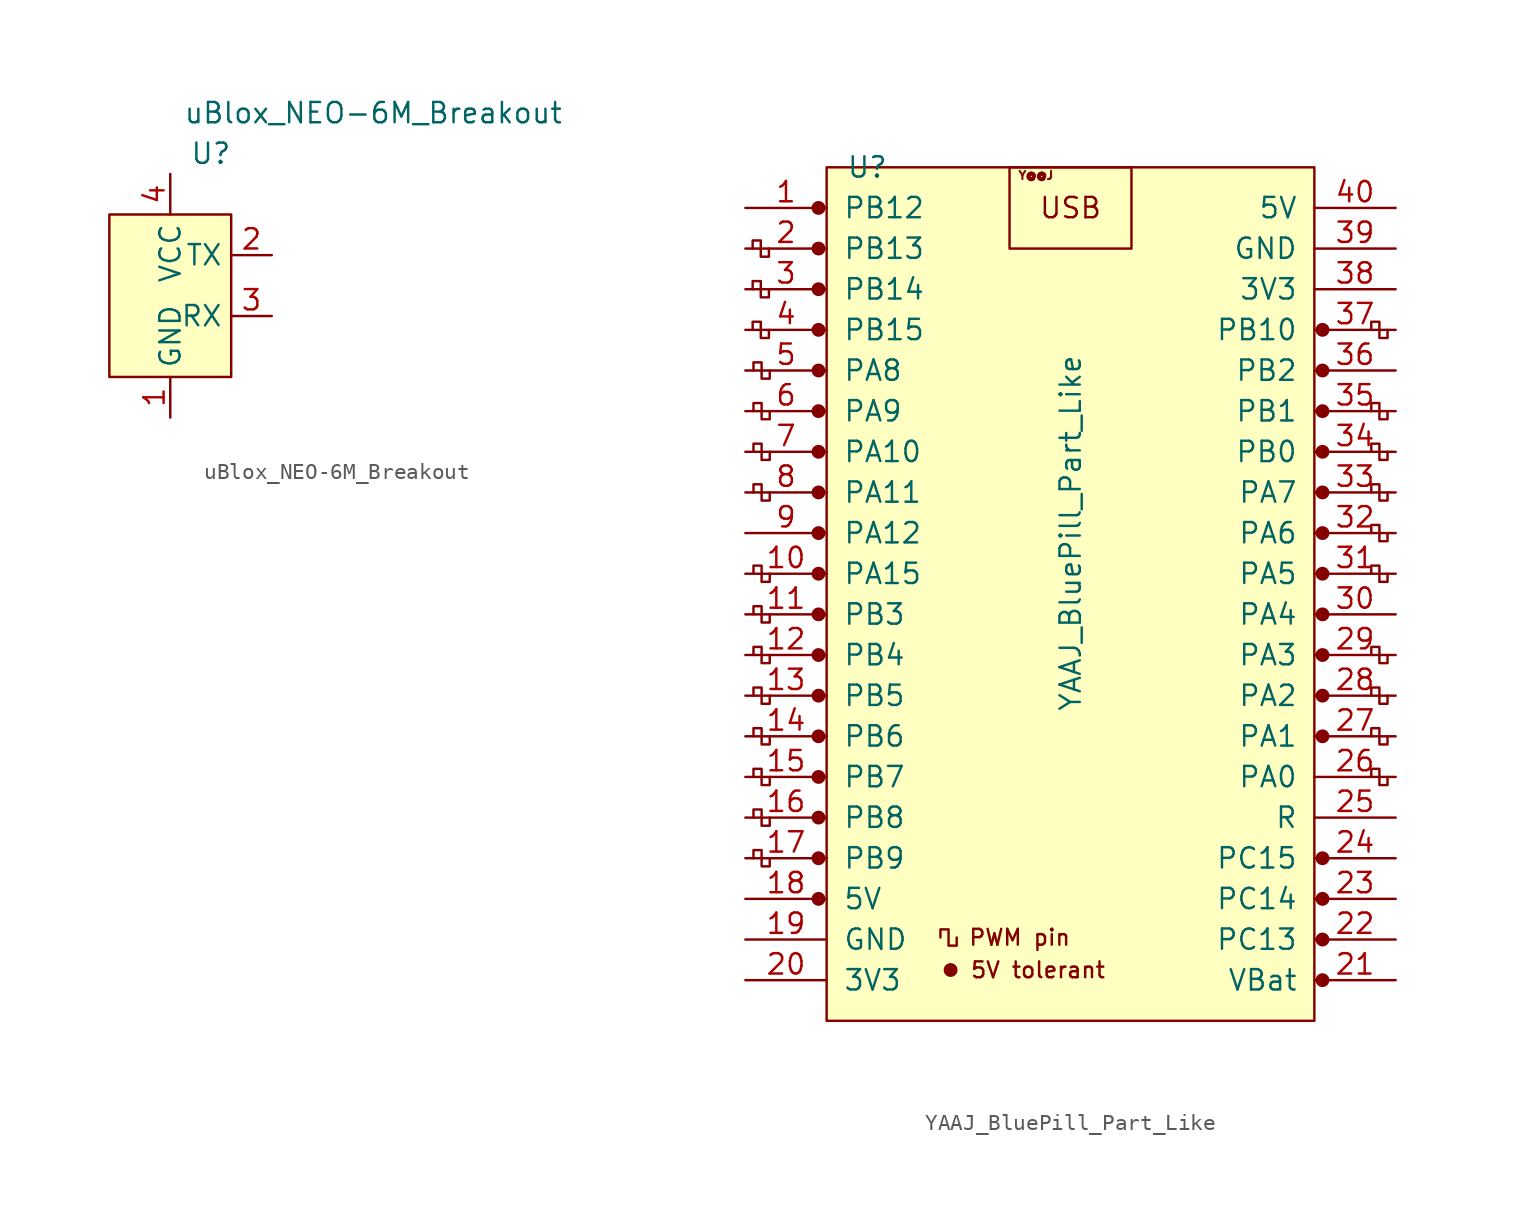
<source format=kicad_sym>
(kicad_symbol_lib
  (version 20211014)
  (generator kicad_symbol_editor)
  (symbol "uBlox_NEO-6M_Breakout"
    (property "Reference" "U"
      (at 2.54 8.89 0)
      (effects (font (size 1.27 1.27))))
    (property "Value" "uBlox_NEO-6M_Breakout"
      (at 12.7 11.43 0)
      (effects (font (size 1.27 1.27))))
    (symbol "uBlox_NEO-6M_Breakout_0_1"
      (rectangle (start -3.81 5.08) (end 3.81 -5.08) (stroke (width 0) (type default) (color 0 0 0 0)) (fill (type background))))
    (symbol "uBlox_NEO-6M_Breakout_1_1"
      (pin power_in line (at 0 -7.62 90) (length 2.54) (name "GND" (effects (font (size 1.27 1.27)))) (number "1" (effects (font (size 1.27 1.27)))))
      (pin output line (at 6.35 2.54 180) (length 2.54) (name "TX" (effects (font (size 1.27 1.27)))) (number "2" (effects (font (size 1.27 1.27)))))
      (pin input line (at 6.35 -1.27 180) (length 2.54) (name "RX" (effects (font (size 1.27 1.27)))) (number "3" (effects (font (size 1.27 1.27)))))
      (pin power_in line (at 0 7.62 270) (length 2.54) (name "VCC" (effects (font (size 1.27 1.27)))) (number "4" (effects (font (size 1.27 1.27)))))))
  (symbol "YAAJ_BluePill_Part_Like"
    (pin_names
      (offset 1.016))
    (property "Reference" "U"
      (at -12.7 25.4 0)
      (effects (font (size 1.27 1.27))))
    (property "Value" "YAAJ_BluePill_Part_Like"
      (at 0 2.54 90)
      (effects (font (size 1.27 1.27))))
    (symbol "YAAJ_BluePill_Part_Like_0_0"
      (circle (center -15.748 -20.32) (radius 0.356) (stroke (width 0) (type default) (color 0 0 0 0)) (fill (type outline)))
      (circle (center -15.748 -17.78) (radius 0.356) (stroke (width 0) (type default) (color 0 0 0 0)) (fill (type outline)))
      (circle (center -15.748 -15.24) (radius 0.356) (stroke (width 0) (type default) (color 0 0 0 0)) (fill (type outline)))
      (circle (center -15.748 -12.7) (radius 0.356) (stroke (width 0) (type default) (color 0 0 0 0)) (fill (type outline)))
      (circle (center -15.748 -10.16) (radius 0.356) (stroke (width 0) (type default) (color 0 0 0 0)) (fill (type outline)))
      (circle (center -15.748 -7.62) (radius 0.356) (stroke (width 0) (type default) (color 0 0 0 0)) (fill (type outline)))
      (circle (center -15.748 -5.08) (radius 0.356) (stroke (width 0) (type default) (color 0 0 0 0)) (fill (type outline)))
      (circle (center -15.748 -2.54) (radius 0.356) (stroke (width 0) (type default) (color 0 0 0 0)) (fill (type outline)))
      (circle (center -15.748 0) (radius 0.356) (stroke (width 0) (type default) (color 0 0 0 0)) (fill (type outline)))
      (circle (center -15.748 2.54) (radius 0.356) (stroke (width 0) (type default) (color 0 0 0 0)) (fill (type outline)))
      (circle (center -15.748 5.08) (radius 0.356) (stroke (width 0) (type default) (color 0 0 0 0)) (fill (type outline)))
      (circle (center -15.748 7.62) (radius 0.356) (stroke (width 0) (type default) (color 0 0 0 0)) (fill (type outline)))
      (circle (center -15.748 10.16) (radius 0.356) (stroke (width 0) (type default) (color 0 0 0 0)) (fill (type outline)))
      (circle (center -15.748 12.7) (radius 0.356) (stroke (width 0) (type default) (color 0 0 0 0)) (fill (type outline)))
      (circle (center -15.748 15.24) (radius 0.356) (stroke (width 0) (type default) (color 0 0 0 0)) (fill (type outline)))
      (circle (center -15.748 17.78) (radius 0.356) (stroke (width 0) (type default) (color 0 0 0 0)) (fill (type outline)))
      (circle (center -15.748 22.86) (radius 0.356) (stroke (width 0) (type default) (color 0 0 0 0)) (fill (type outline)))
      (circle (center -7.493 -24.765) (radius 0.127) (stroke (width 0) (type default) (color 0 0 0 0)) (fill (type outline)))
      (circle (center -7.493 -24.765) (radius 0.254) (stroke (width 0) (type default) (color 0 0 0 0)) (fill (type none)))
      (circle (center -7.493 -24.765) (radius 0.356) (stroke (width 0) (type default) (color 0 0 0 0)) (fill (type none)))
      (circle (center 15.748 -25.4) (radius 0.254) (stroke (width 0) (type default) (color 0 0 0 0)) (fill (type outline)))
      (circle (center 15.748 -25.4) (radius 0.356) (stroke (width 0) (type default) (color 0 0 0 0)) (fill (type none)))
      (circle (center 15.748 -22.86) (radius 0.254) (stroke (width 0) (type default) (color 0 0 0 0)) (fill (type outline)))
      (circle (center 15.748 -22.86) (radius 0.356) (stroke (width 0) (type default) (color 0 0 0 0)) (fill (type none)))
      (circle (center 15.748 -20.32) (radius 0.254) (stroke (width 0) (type default) (color 0 0 0 0)) (fill (type outline)))
      (circle (center 15.748 -20.32) (radius 0.356) (stroke (width 0) (type default) (color 0 0 0 0)) (fill (type none)))
      (circle (center 15.748 -17.78) (radius 0.254) (stroke (width 0) (type default) (color 0 0 0 0)) (fill (type outline)))
      (circle (center 15.748 -17.78) (radius 0.356) (stroke (width 0) (type default) (color 0 0 0 0)) (fill (type none)))
      (circle (center 15.748 -10.16) (radius 0.254) (stroke (width 0) (type default) (color 0 0 0 0)) (fill (type outline)))
      (circle (center 15.748 -10.16) (radius 0.356) (stroke (width 0) (type default) (color 0 0 0 0)) (fill (type none)))
      (circle (center 15.748 -7.62) (radius 0.254) (stroke (width 0) (type default) (color 0 0 0 0)) (fill (type outline)))
      (circle (center 15.748 -7.62) (radius 0.356) (stroke (width 0) (type default) (color 0 0 0 0)) (fill (type none)))
      (circle (center 15.748 -5.08) (radius 0.254) (stroke (width 0) (type default) (color 0 0 0 0)) (fill (type outline)))
      (circle (center 15.748 -5.08) (radius 0.356) (stroke (width 0) (type default) (color 0 0 0 0)) (fill (type none)))
      (circle (center 15.748 -2.54) (radius 0.254) (stroke (width 0) (type default) (color 0 0 0 0)) (fill (type outline)))
      (circle (center 15.748 -2.54) (radius 0.356) (stroke (width 0) (type default) (color 0 0 0 0)) (fill (type none)))
      (circle (center 15.748 0) (radius 0.254) (stroke (width 0) (type default) (color 0 0 0 0)) (fill (type outline)))
      (circle (center 15.748 0) (radius 0.356) (stroke (width 0) (type default) (color 0 0 0 0)) (fill (type none)))
      (circle (center 15.748 2.54) (radius 0.254) (stroke (width 0) (type default) (color 0 0 0 0)) (fill (type outline)))
      (circle (center 15.748 2.54) (radius 0.356) (stroke (width 0) (type default) (color 0 0 0 0)) (fill (type none)))
      (circle (center 15.748 5.08) (radius 0.254) (stroke (width 0) (type default) (color 0 0 0 0)) (fill (type outline)))
      (circle (center 15.748 5.08) (radius 0.356) (stroke (width 0) (type default) (color 0 0 0 0)) (fill (type none)))
      (circle (center 15.748 7.62) (radius 0.254) (stroke (width 0) (type default) (color 0 0 0 0)) (fill (type outline)))
      (circle (center 15.748 7.62) (radius 0.356) (stroke (width 0) (type default) (color 0 0 0 0)) (fill (type none)))
      (circle (center 15.748 10.16) (radius 0.254) (stroke (width 0) (type default) (color 0 0 0 0)) (fill (type outline)))
      (circle (center 15.748 10.16) (radius 0.356) (stroke (width 0) (type default) (color 0 0 0 0)) (fill (type none)))
      (circle (center 15.748 12.7) (radius 0.254) (stroke (width 0) (type default) (color 0 0 0 0)) (fill (type outline)))
      (circle (center 15.748 12.7) (radius 0.356) (stroke (width 0) (type default) (color 0 0 0 0)) (fill (type none)))
      (circle (center 15.748 15.24) (radius 0.254) (stroke (width 0) (type default) (color 0 0 0 0)) (fill (type outline)))
      (circle (center 15.748 15.24) (radius 0.356) (stroke (width 0) (type default) (color 0 0 0 0)) (fill (type none)))
      (text "5V tolerant" (at -2.032 -24.765 0) (effects (font (size 0.991 0.991))))
      (text "PWM pin" (at -3.175 -22.733 0) (effects (font (size 0.991 0.991))))
      (text "USB" (at 0 22.86 0) (effects (font (size 1.27 1.27))))
      (text "Y@@J" (at -2.159 24.892 0) (effects (font (size 0.508 0.508)))))
    (symbol "YAAJ_BluePill_Part_Like_0_1"
      (rectangle (start -15.24 25.4) (end 15.24 -27.94) (stroke (width 0) (type default) (color 0 0 0 0)) (fill (type background)))
      (polyline (pts (xy -18.847 15.24) (xy -18.847 14.732) (xy -19.355 14.732) (xy -19.355 15.748) (xy -19.863 15.748) (xy -19.863 15.24)) (stroke (width 0) (type default) (color 0 0 0 0)) (fill (type none)))
      (polyline (pts (xy -18.847 17.78) (xy -18.847 17.272) (xy -19.355 17.272) (xy -19.355 18.288) (xy -19.863 18.288) (xy -19.863 17.78)) (stroke (width 0) (type default) (color 0 0 0 0)) (fill (type none)))
      (polyline (pts (xy -18.847 20.32) (xy -18.847 19.812) (xy -19.355 19.812) (xy -19.355 20.828) (xy -19.863 20.828) (xy -19.863 20.32)) (stroke (width 0) (type default) (color 0 0 0 0)) (fill (type none)))
      (polyline (pts (xy -18.796 -17.78) (xy -18.796 -18.288) (xy -19.304 -18.288) (xy -19.304 -17.272) (xy -19.812 -17.272) (xy -19.812 -17.78)) (stroke (width 0) (type default) (color 0 0 0 0)) (fill (type none)))
      (polyline (pts (xy -18.796 -15.24) (xy -18.796 -15.748) (xy -19.304 -15.748) (xy -19.304 -14.732) (xy -19.812 -14.732) (xy -19.812 -15.24)) (stroke (width 0) (type default) (color 0 0 0 0)) (fill (type none)))
      (polyline (pts (xy -18.796 -12.7) (xy -18.796 -13.208) (xy -19.304 -13.208) (xy -19.304 -12.192) (xy -19.812 -12.192) (xy -19.812 -12.7)) (stroke (width 0) (type default) (color 0 0 0 0)) (fill (type none)))
      (polyline (pts (xy -18.796 -10.16) (xy -18.796 -10.668) (xy -19.304 -10.668) (xy -19.304 -9.652) (xy -19.812 -9.652) (xy -19.812 -10.16)) (stroke (width 0) (type default) (color 0 0 0 0)) (fill (type none)))
      (polyline (pts (xy -18.796 -7.62) (xy -18.796 -8.128) (xy -19.304 -8.128) (xy -19.304 -7.112) (xy -19.812 -7.112) (xy -19.812 -7.62)) (stroke (width 0) (type default) (color 0 0 0 0)) (fill (type none)))
      (polyline (pts (xy -18.796 -5.08) (xy -18.796 -5.588) (xy -19.304 -5.588) (xy -19.304 -4.572) (xy -19.812 -4.572) (xy -19.812 -5.08)) (stroke (width 0) (type default) (color 0 0 0 0)) (fill (type none)))
      (polyline (pts (xy -18.796 -2.54) (xy -18.796 -3.048) (xy -19.304 -3.048) (xy -19.304 -2.032) (xy -19.812 -2.032) (xy -19.812 -2.54)) (stroke (width 0) (type default) (color 0 0 0 0)) (fill (type none)))
      (polyline (pts (xy -18.796 0) (xy -18.796 -0.508) (xy -19.304 -0.508) (xy -19.304 0.508) (xy -19.812 0.508) (xy -19.812 0)) (stroke (width 0) (type default) (color 0 0 0 0)) (fill (type none)))
      (polyline (pts (xy -18.796 5.08) (xy -18.796 4.572) (xy -19.304 4.572) (xy -19.304 5.588) (xy -19.812 5.588) (xy -19.812 5.08)) (stroke (width 0) (type default) (color 0 0 0 0)) (fill (type none)))
      (polyline (pts (xy -18.796 7.62) (xy -18.796 7.112) (xy -19.304 7.112) (xy -19.304 8.128) (xy -19.812 8.128) (xy -19.812 7.62)) (stroke (width 0) (type default) (color 0 0 0 0)) (fill (type none)))
      (polyline (pts (xy -18.796 10.16) (xy -18.796 9.652) (xy -19.304 9.652) (xy -19.304 10.668) (xy -19.812 10.668) (xy -19.812 10.16)) (stroke (width 0) (type default) (color 0 0 0 0)) (fill (type none)))
      (polyline (pts (xy -18.796 12.7) (xy -18.796 12.192) (xy -19.304 12.192) (xy -19.304 13.208) (xy -19.812 13.208) (xy -19.812 12.7)) (stroke (width 0) (type default) (color 0 0 0 0)) (fill (type none)))
      (polyline (pts (xy -7.112 -22.733) (xy -7.112 -23.241) (xy -7.62 -23.241) (xy -7.62 -22.225) (xy -8.128 -22.225) (xy -8.128 -22.733)) (stroke (width 0) (type default) (color 0 0 0 0)) (fill (type none)))
      (polyline (pts (xy 19.812 -12.7) (xy 19.812 -13.208) (xy 19.304 -13.208) (xy 19.304 -12.192) (xy 18.796 -12.192) (xy 18.796 -12.7)) (stroke (width 0) (type default) (color 0 0 0 0)) (fill (type none)))
      (polyline (pts (xy 19.812 -10.16) (xy 19.812 -10.668) (xy 19.304 -10.668) (xy 19.304 -9.652) (xy 18.796 -9.652) (xy 18.796 -10.16)) (stroke (width 0) (type default) (color 0 0 0 0)) (fill (type none)))
      (polyline (pts (xy 19.812 -7.62) (xy 19.812 -8.128) (xy 19.304 -8.128) (xy 19.304 -7.112) (xy 18.796 -7.112) (xy 18.796 -7.62)) (stroke (width 0) (type default) (color 0 0 0 0)) (fill (type none)))
      (polyline (pts (xy 19.812 -5.08) (xy 19.812 -5.588) (xy 19.304 -5.588) (xy 19.304 -4.572) (xy 18.796 -4.572) (xy 18.796 -5.08)) (stroke (width 0) (type default) (color 0 0 0 0)) (fill (type none)))
      (polyline (pts (xy 19.812 0) (xy 19.812 -0.508) (xy 19.304 -0.508) (xy 19.304 0.508) (xy 18.796 0.508) (xy 18.796 0)) (stroke (width 0) (type default) (color 0 0 0 0)) (fill (type none)))
      (polyline (pts (xy 19.812 2.54) (xy 19.812 2.032) (xy 19.304 2.032) (xy 19.304 3.048) (xy 18.796 3.048) (xy 18.796 2.54)) (stroke (width 0) (type default) (color 0 0 0 0)) (fill (type none)))
      (polyline (pts (xy 19.812 5.08) (xy 19.812 4.572) (xy 19.304 4.572) (xy 19.304 5.588) (xy 18.796 5.588) (xy 18.796 5.08)) (stroke (width 0) (type default) (color 0 0 0 0)) (fill (type none)))
      (polyline (pts (xy 19.812 7.62) (xy 19.812 7.112) (xy 19.304 7.112) (xy 19.304 8.128) (xy 18.796 8.128) (xy 18.796 7.62)) (stroke (width 0) (type default) (color 0 0 0 0)) (fill (type none)))
      (polyline (pts (xy 19.812 10.16) (xy 19.812 9.652) (xy 19.304 9.652) (xy 19.304 10.668) (xy 18.796 10.668) (xy 18.796 10.16)) (stroke (width 0) (type default) (color 0 0 0 0)) (fill (type none)))
      (polyline (pts (xy 19.812 15.24) (xy 19.812 14.732) (xy 19.304 14.732) (xy 19.304 15.748) (xy 18.796 15.748) (xy 18.796 15.24)) (stroke (width 0) (type default) (color 0 0 0 0)) (fill (type none)))
      (rectangle (start 3.81 25.4) (end -3.81 20.32) (stroke (width 0) (type default) (color 0 0 0 0)) (fill (type none))))
    (symbol "YAAJ_BluePill_Part_Like_1_1"
      (circle (center -15.748 20.32) (radius 0.356) (stroke (width 0) (type default) (color 0 0 0 0)) (fill (type outline)))
      (pin bidirectional line (at -20.32 22.86 0) (length 5.08) (name "PB12" (effects (font (size 1.27 1.27)))) (number "1" (effects (font (size 1.27 1.27)))))
      (pin bidirectional line (at -20.32 0 0) (length 5.08) (name "PA15" (effects (font (size 1.27 1.27)))) (number "10" (effects (font (size 1.27 1.27)))))
      (pin bidirectional line (at -20.32 -2.54 0) (length 5.08) (name "PB3" (effects (font (size 1.27 1.27)))) (number "11" (effects (font (size 1.27 1.27)))))
      (pin bidirectional line (at -20.32 -5.08 0) (length 5.08) (name "PB4" (effects (font (size 1.27 1.27)))) (number "12" (effects (font (size 1.27 1.27)))))
      (pin bidirectional line (at -20.32 -7.62 0) (length 5.08) (name "PB5" (effects (font (size 1.27 1.27)))) (number "13" (effects (font (size 1.27 1.27)))))
      (pin bidirectional line (at -20.32 -10.16 0) (length 5.08) (name "PB6" (effects (font (size 1.27 1.27)))) (number "14" (effects (font (size 1.27 1.27)))))
      (pin bidirectional line (at -20.32 -12.7 0) (length 5.08) (name "PB7" (effects (font (size 1.27 1.27)))) (number "15" (effects (font (size 1.27 1.27)))))
      (pin bidirectional line (at -20.32 -15.24 0) (length 5.08) (name "PB8" (effects (font (size 1.27 1.27)))) (number "16" (effects (font (size 1.27 1.27)))))
      (pin bidirectional line (at -20.32 -17.78 0) (length 5.08) (name "PB9" (effects (font (size 1.27 1.27)))) (number "17" (effects (font (size 1.27 1.27)))))
      (pin power_in line (at -20.32 -20.32 0) (length 5.08) (name "5V" (effects (font (size 1.27 1.27)))) (number "18" (effects (font (size 1.27 1.27)))))
      (pin power_in line (at -20.32 -22.86 0) (length 5.08) (name "GND" (effects (font (size 1.27 1.27)))) (number "19" (effects (font (size 1.27 1.27)))))
      (pin bidirectional line (at -20.32 20.32 0) (length 5.08) (name "PB13" (effects (font (size 1.27 1.27)))) (number "2" (effects (font (size 1.27 1.27)))))
      (pin power_in line (at -20.32 -25.4 0) (length 5.08) (name "3V3" (effects (font (size 1.27 1.27)))) (number "20" (effects (font (size 1.27 1.27)))))
      (pin power_in line (at 20.32 -25.4 180) (length 5.08) (name "VBat" (effects (font (size 1.27 1.27)))) (number "21" (effects (font (size 1.27 1.27)))))
      (pin bidirectional line (at 20.32 -22.86 180) (length 5.08) (name "PC13" (effects (font (size 1.27 1.27)))) (number "22" (effects (font (size 1.27 1.27)))))
      (pin bidirectional line (at 20.32 -20.32 180) (length 5.08) (name "PC14" (effects (font (size 1.27 1.27)))) (number "23" (effects (font (size 1.27 1.27)))))
      (pin bidirectional line (at 20.32 -17.78 180) (length 5.08) (name "PC15" (effects (font (size 1.27 1.27)))) (number "24" (effects (font (size 1.27 1.27)))))
      (pin bidirectional line (at 20.32 -15.24 180) (length 5.08) (name "R" (effects (font (size 1.27 1.27)))) (number "25" (effects (font (size 1.27 1.27)))))
      (pin bidirectional line (at 20.32 -12.7 180) (length 5.08) (name "PA0" (effects (font (size 1.27 1.27)))) (number "26" (effects (font (size 1.27 1.27)))))
      (pin bidirectional line (at 20.32 -10.16 180) (length 5.08) (name "PA1" (effects (font (size 1.27 1.27)))) (number "27" (effects (font (size 1.27 1.27)))))
      (pin bidirectional line (at 20.32 -7.62 180) (length 5.08) (name "PA2" (effects (font (size 1.27 1.27)))) (number "28" (effects (font (size 1.27 1.27)))))
      (pin bidirectional line (at 20.32 -5.08 180) (length 5.08) (name "PA3" (effects (font (size 1.27 1.27)))) (number "29" (effects (font (size 1.27 1.27)))))
      (pin bidirectional line (at -20.32 17.78 0) (length 5.08) (name "PB14" (effects (font (size 1.27 1.27)))) (number "3" (effects (font (size 1.27 1.27)))))
      (pin bidirectional line (at 20.32 -2.54 180) (length 5.08) (name "PA4" (effects (font (size 1.27 1.27)))) (number "30" (effects (font (size 1.27 1.27)))))
      (pin bidirectional line (at 20.32 0 180) (length 5.08) (name "PA5" (effects (font (size 1.27 1.27)))) (number "31" (effects (font (size 1.27 1.27)))))
      (pin bidirectional line (at 20.32 2.54 180) (length 5.08) (name "PA6" (effects (font (size 1.27 1.27)))) (number "32" (effects (font (size 1.27 1.27)))))
      (pin bidirectional line (at 20.32 5.08 180) (length 5.08) (name "PA7" (effects (font (size 1.27 1.27)))) (number "33" (effects (font (size 1.27 1.27)))))
      (pin bidirectional line (at 20.32 7.62 180) (length 5.08) (name "PB0" (effects (font (size 1.27 1.27)))) (number "34" (effects (font (size 1.27 1.27)))))
      (pin bidirectional line (at 20.32 10.16 180) (length 5.08) (name "PB1" (effects (font (size 1.27 1.27)))) (number "35" (effects (font (size 1.27 1.27)))))
      (pin bidirectional line (at 20.32 12.7 180) (length 5.08) (name "PB2" (effects (font (size 1.27 1.27)))) (number "36" (effects (font (size 1.27 1.27)))))
      (pin input line (at 20.32 15.24 180) (length 5.08) (name "PB10" (effects (font (size 1.27 1.27)))) (number "37" (effects (font (size 1.27 1.27)))))
      (pin power_in line (at 20.32 17.78 180) (length 5.08) (name "3V3" (effects (font (size 1.27 1.27)))) (number "38" (effects (font (size 1.27 1.27)))))
      (pin power_in line (at 20.32 20.32 180) (length 5.08) (name "GND" (effects (font (size 1.27 1.27)))) (number "39" (effects (font (size 1.27 1.27)))))
      (pin bidirectional line (at -20.32 15.24 0) (length 5.08) (name "PB15" (effects (font (size 1.27 1.27)))) (number "4" (effects (font (size 1.27 1.27)))))
      (pin power_in line (at 20.32 22.86 180) (length 5.08) (name "5V" (effects (font (size 1.27 1.27)))) (number "40" (effects (font (size 1.27 1.27)))))
      (pin bidirectional line (at -20.32 12.7 0) (length 5.08) (name "PA8" (effects (font (size 1.27 1.27)))) (number "5" (effects (font (size 1.27 1.27)))))
      (pin bidirectional line (at -20.32 10.16 0) (length 5.08) (name "PA9" (effects (font (size 1.27 1.27)))) (number "6" (effects (font (size 1.27 1.27)))))
      (pin bidirectional line (at -20.32 7.62 0) (length 5.08) (name "PA10" (effects (font (size 1.27 1.27)))) (number "7" (effects (font (size 1.27 1.27)))))
      (pin bidirectional line (at -20.32 5.08 0) (length 5.08) (name "PA11" (effects (font (size 1.27 1.27)))) (number "8" (effects (font (size 1.27 1.27)))))
      (pin bidirectional line (at -20.32 2.54 0) (length 5.08) (name "PA12" (effects (font (size 1.27 1.27)))) (number "9" (effects (font (size 1.27 1.27))))))))
</source>
